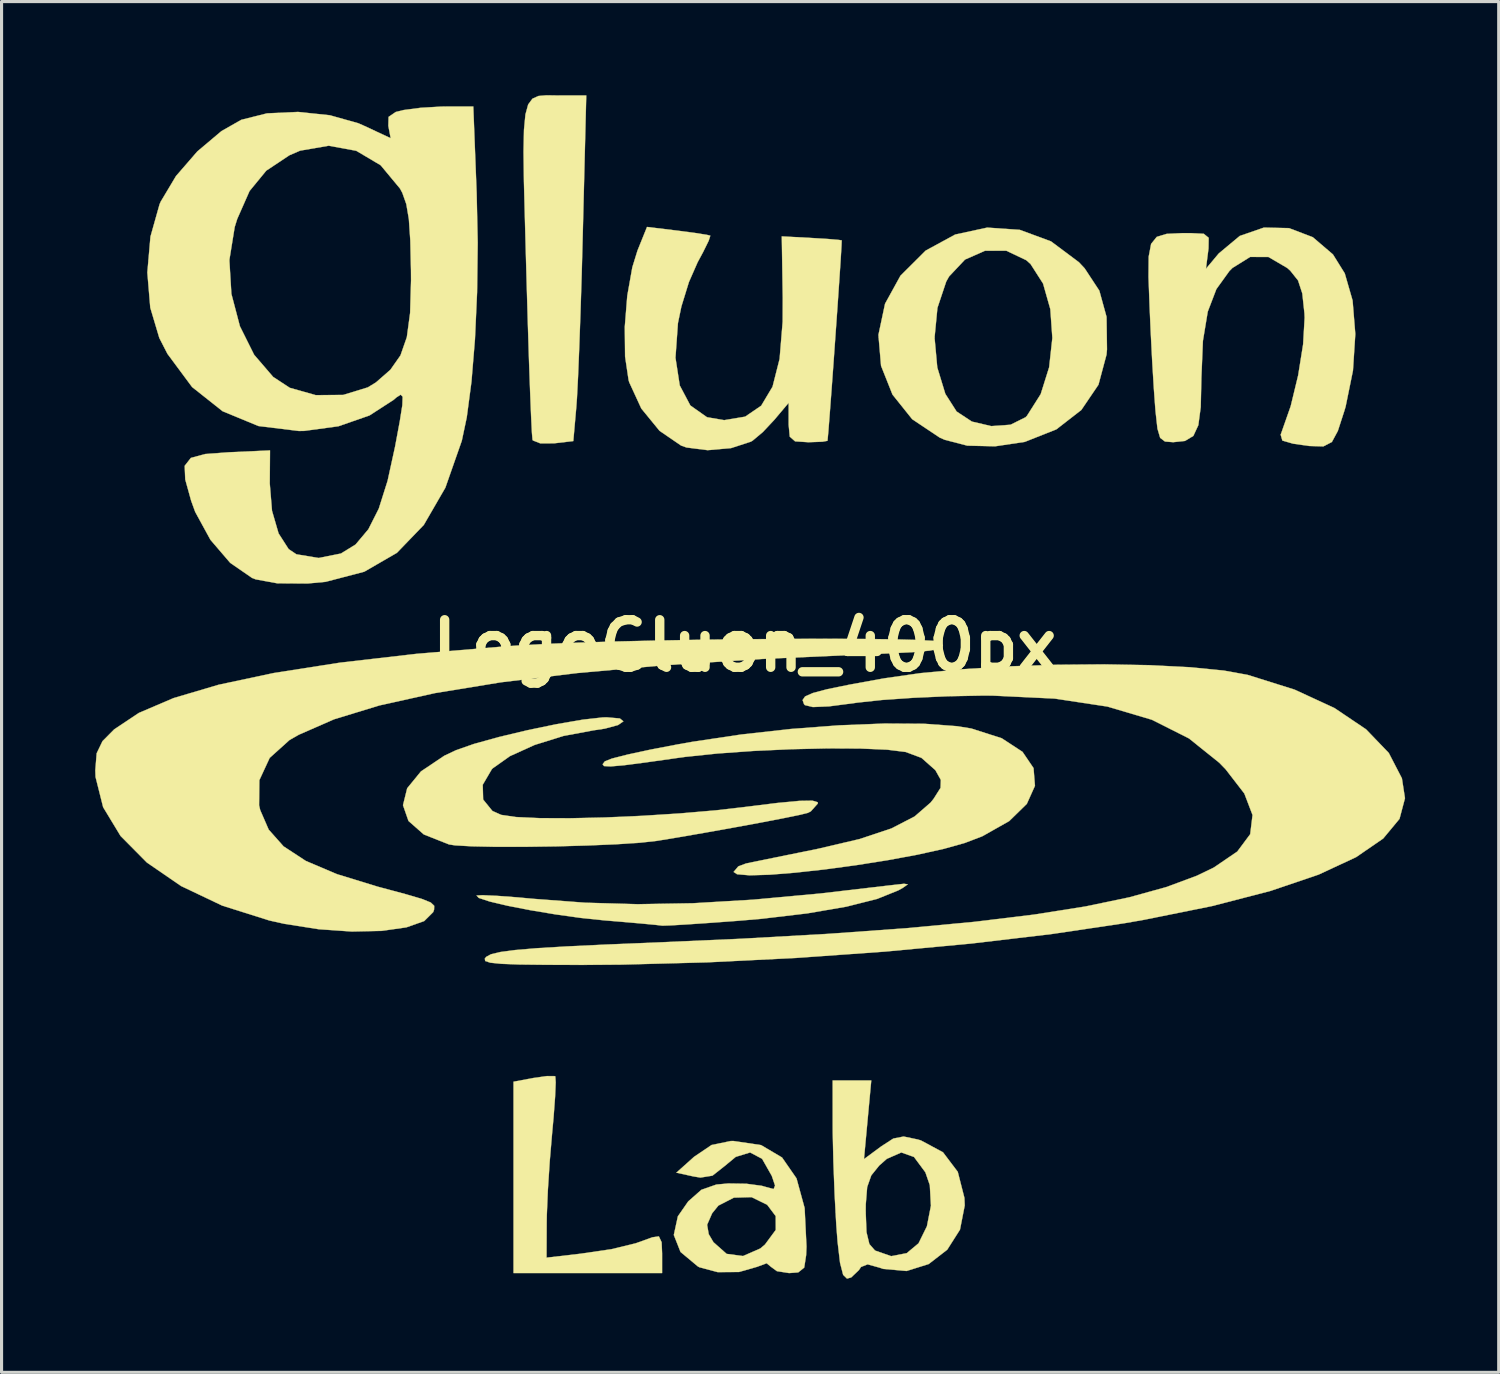
<source format=kicad_pcb>
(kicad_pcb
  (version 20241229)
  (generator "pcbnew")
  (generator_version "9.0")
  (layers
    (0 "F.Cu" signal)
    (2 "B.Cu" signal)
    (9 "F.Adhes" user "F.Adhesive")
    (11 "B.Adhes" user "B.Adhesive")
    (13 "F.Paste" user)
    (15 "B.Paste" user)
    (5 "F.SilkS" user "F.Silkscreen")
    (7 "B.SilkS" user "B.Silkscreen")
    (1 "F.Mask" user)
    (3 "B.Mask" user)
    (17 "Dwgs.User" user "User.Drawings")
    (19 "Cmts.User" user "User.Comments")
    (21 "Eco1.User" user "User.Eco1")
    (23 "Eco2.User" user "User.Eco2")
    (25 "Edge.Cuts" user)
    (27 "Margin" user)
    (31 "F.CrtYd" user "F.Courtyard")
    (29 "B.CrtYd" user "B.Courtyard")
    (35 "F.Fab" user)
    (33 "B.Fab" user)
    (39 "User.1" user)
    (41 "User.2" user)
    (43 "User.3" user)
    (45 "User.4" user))
  (footprint "LogoGluon_400px"
    (layer "F.Cu")
    (at 20.819 17.65)
    (property "Reference" "LogoGluon_400px" (at 0 0 0) (layer "F.SilkS") (effects (font (size 1.524 1.524) (thickness 0.3))))
    (attr through_hole)
    (fp_poly (pts (xy -6.086 13.795) (xy -6.069 13.804) (xy -6.056 13.997) (xy -6.076 14.463) (xy -6.125 15.123) (xy -6.171 15.624) (xy -6.248 16.533) (xy -6.308 17.459) (xy -6.341 18.25) (xy -6.345 18.494) (xy -6.35 19.614) (xy -5.262 19.488) (xy -4.271 19.343) (xy -3.489 19.153) (xy -2.955 18.961) (xy -2.749 18.932) (xy -2.661 19.12) (xy -2.646 19.472) (xy -2.646 20.108) (xy -7.408 20.108) (xy -7.408 13.974) (xy -6.773 13.855) (xy -6.34 13.794) (xy -6.086 13.795)) (stroke (width 0.01) (type solid)) (fill yes) (layer "F.SilkS"))
    (fp_poly (pts (xy -6.028 -17.64) (xy -5.876 -17.639) (xy -5.077 -17.639) (xy -5.189 -13.185) (xy -5.223 -11.898) (xy -5.262 -10.666) (xy -5.302 -9.553) (xy -5.34 -8.623) (xy -5.375 -7.939) (xy -5.396 -7.647) (xy -5.492 -6.562) (xy -6.116 -6.489) (xy -6.548 -6.488) (xy -6.787 -6.582) (xy -6.799 -6.604) (xy -6.818 -6.821) (xy -6.844 -7.346) (xy -6.876 -8.134) (xy -6.912 -9.14) (xy -6.949 -10.318) (xy -6.987 -11.625) (xy -7.001 -12.125) (xy -7.043 -13.667) (xy -7.075 -14.893) (xy -7.087 -15.838) (xy -7.073 -16.539) (xy -7.026 -17.031) (xy -6.938 -17.352) (xy -6.801 -17.537) (xy -6.609 -17.623) (xy -6.354 -17.645) (xy -6.028 -17.64)) (stroke (width 0.01) (type solid)) (fill yes) (layer "F.SilkS"))
    (fp_poly (pts (xy 5.229 7.648) (xy 5.07 7.76) (xy 4.927 7.84) (xy 4.248 8.114) (xy 3.26 8.363) (xy 2.008 8.578) (xy 0.537 8.752) (xy -0.222 8.817) (xy -1.092 8.881) (xy -1.828 8.931) (xy -2.364 8.963) (xy -2.63 8.972) (xy -2.646 8.971) (xy -2.848 8.947) (xy -3.323 8.902) (xy -3.99 8.844) (xy -4.498 8.802) (xy -5.256 8.723) (xy -6.071 8.609) (xy -6.874 8.475) (xy -7.596 8.334) (xy -8.168 8.199) (xy -8.521 8.083) (xy -8.594 8.006) (xy -8.402 7.995) (xy -7.938 8.016) (xy -7.278 8.065) (xy -6.778 8.111) (xy -5.115 8.236) (xy -3.429 8.284) (xy -1.655 8.253) (xy 0.27 8.139) (xy 2.412 7.942) (xy 4.674 7.678) (xy 5.109 7.629) (xy 5.229 7.648)) (stroke (width 0.01) (type solid)) (fill yes) (layer "F.SilkS"))
    (fp_poly (pts (xy 8.82 -13.332) (xy 9.82 -12.963) (xy 10.715 -12.295) (xy 10.9 -12.097) (xy 11.37 -11.382) (xy 11.601 -10.543) (xy 11.615 -9.499) (xy 11.6 -9.332) (xy 11.342 -8.368) (xy 10.793 -7.559) (xy 9.992 -6.937) (xy 8.98 -6.536) (xy 8.029 -6.394) (xy 7.138 -6.415) (xy 6.416 -6.602) (xy 6.255 -6.672) (xy 5.372 -7.262) (xy 4.74 -8.051) (xy 4.373 -8.974) (xy 4.296 -9.877) (xy 6.088 -9.877) (xy 6.175 -8.921) (xy 6.433 -8.075) (xy 6.794 -7.51) (xy 7.285 -7.186) (xy 7.905 -7.041) (xy 8.523 -7.085) (xy 9.004 -7.324) (xy 9.05 -7.371) (xy 9.49 -8.065) (xy 9.761 -8.927) (xy 9.864 -9.865) (xy 9.799 -10.79) (xy 9.566 -11.611) (xy 9.166 -12.236) (xy 9.029 -12.359) (xy 8.388 -12.663) (xy 7.704 -12.662) (xy 7.064 -12.38) (xy 6.554 -11.839) (xy 6.462 -11.675) (xy 6.18 -10.831) (xy 6.088 -9.877) (xy 4.296 -9.877) (xy 4.289 -9.966) (xy 4.501 -10.964) (xy 4.996 -11.863) (xy 5.803 -12.667) (xy 6.75 -13.182) (xy 7.776 -13.404) (xy 8.82 -13.332)) (stroke (width 0.01) (type solid)) (fill yes) (layer "F.SilkS"))
    (fp_poly (pts (xy 3.825 16.456) (xy 4.377 16.048) (xy 4.766 15.796) (xy 5.096 15.731) (xy 5.545 15.825) (xy 5.648 15.855) (xy 6.358 16.236) (xy 6.832 16.863) (xy 7.045 17.698) (xy 7.055 17.941) (xy 6.903 18.716) (xy 6.494 19.359) (xy 5.899 19.819) (xy 5.191 20.041) (xy 4.442 19.974) (xy 4.331 19.936) (xy 3.942 19.828) (xy 3.731 19.912) (xy 3.663 20.012) (xy 3.416 20.248) (xy 3.281 20.285) (xy 3.158 20.165) (xy 3.059 19.782) (xy 2.979 19.101) (xy 2.938 18.565) (xy 2.915 18.151) (xy 3.881 18.151) (xy 3.906 18.797) (xy 3.998 19.178) (xy 4.176 19.381) (xy 4.189 19.389) (xy 4.697 19.566) (xy 5.196 19.47) (xy 5.575 19.154) (xy 5.843 18.609) (xy 5.972 17.95) (xy 5.936 17.289) (xy 5.794 16.878) (xy 5.429 16.386) (xy 5.022 16.242) (xy 4.558 16.446) (xy 4.314 16.661) (xy 4.06 16.976) (xy 3.928 17.349) (xy 3.883 17.906) (xy 3.881 18.151) (xy 2.915 18.151) (xy 2.885 17.595) (xy 2.845 16.545) (xy 2.824 15.604) (xy 2.823 15.39) (xy 2.822 13.935) (xy 4.059 13.935) (xy 3.825 16.456)) (stroke (width 0.01) (type solid)) (fill yes) (layer "F.SilkS"))
    (fp_poly (pts (xy -3.999 2.33) (xy -3.886 2.422) (xy -4.057 2.541) (xy -4.482 2.656) (xy -4.847 2.711) (xy -5.806 2.89) (xy -6.733 3.179) (xy -7.524 3.538) (xy -8.075 3.928) (xy -8.106 3.961) (xy -8.395 4.455) (xy -8.382 4.929) (xy -8.085 5.295) (xy -7.803 5.421) (xy -7.33 5.49) (xy -6.574 5.525) (xy -5.602 5.529) (xy -4.484 5.504) (xy -3.285 5.451) (xy -2.076 5.374) (xy -0.922 5.275) (xy 0.022 5.166) (xy 1.045 5.039) (xy 1.751 4.972) (xy 2.173 4.965) (xy 2.343 5.016) (xy 2.346 5.056) (xy 2.122 5.307) (xy 2.027 5.356) (xy 1.773 5.419) (xy 1.246 5.527) (xy 0.519 5.667) (xy -0.334 5.824) (xy -1.238 5.986) (xy -2.12 6.139) (xy -2.822 6.255) (xy -3.354 6.313) (xy -4.117 6.363) (xy -5.036 6.402) (xy -6.034 6.43) (xy -7.034 6.444) (xy -7.96 6.445) (xy -8.735 6.429) (xy -9.283 6.398) (xy -9.476 6.368) (xy -10.284 6.048) (xy -10.775 5.616) (xy -10.951 5.11) (xy -10.817 4.568) (xy -10.375 4.027) (xy -9.627 3.525) (xy -9.25 3.347) (xy -8.675 3.146) (xy -7.874 2.924) (xy -6.954 2.705) (xy -6.023 2.512) (xy -5.186 2.368) (xy -4.55 2.297) (xy -4.426 2.293) (xy -3.999 2.33)) (stroke (width 0.01) (type solid)) (fill yes) (layer "F.SilkS"))
    (fp_poly (pts (xy 0.527 16.006) (xy 1.199 16.403) (xy 1.663 17.073) (xy 1.923 18.023) (xy 1.983 19.258) (xy 1.971 19.535) (xy 1.91 19.932) (xy 1.719 20.086) (xy 1.426 20.108) (xy 1.036 20.047) (xy 0.844 19.907) (xy 0.706 19.793) (xy 0.4 19.907) (xy -0.18 20.073) (xy -0.863 20.078) (xy -1.451 19.921) (xy -1.499 19.895) (xy -2.055 19.431) (xy -2.27 18.887) (xy -2.199 18.56) (xy -1.203 18.56) (xy -1.151 18.861) (xy -1 19.118) (xy -0.577 19.493) (xy -0.051 19.562) (xy 0.5 19.321) (xy 0.65 19.196) (xy 0.998 18.724) (xy 0.996 18.282) (xy 0.722 17.918) (xy 0.222 17.674) (xy -0.345 17.69) (xy -0.842 17.945) (xy -1.042 18.192) (xy -1.203 18.56) (xy -2.199 18.56) (xy -2.14 18.289) (xy -1.808 17.811) (xy -1.387 17.439) (xy -0.907 17.271) (xy -0.529 17.236) (xy 0.055 17.245) (xy 0.551 17.311) (xy 0.662 17.343) (xy 0.929 17.416) (xy 0.975 17.302) (xy 0.871 16.993) (xy 0.56 16.445) (xy 0.175 16.242) (xy -0.285 16.383) (xy -0.643 16.679) (xy -1.031 16.985) (xy -1.417 17.047) (xy -1.641 17.01) (xy -2.188 16.89) (xy -1.621 16.382) (xy -1.059 16.002) (xy -0.445 15.876) (xy -0.358 15.875) (xy 0.527 16.006)) (stroke (width 0.01) (type solid)) (fill yes) (layer "F.SilkS"))
    (fp_poly (pts (xy 5.766 2.501) (xy 6.811 2.578) (xy 7.265 2.652) (xy 8.242 2.965) (xy 8.907 3.4) (xy 9.261 3.921) (xy 9.306 4.489) (xy 9.046 5.067) (xy 8.481 5.619) (xy 7.615 6.108) (xy 7.056 6.321) (xy 6.385 6.509) (xy 5.542 6.696) (xy 4.586 6.873) (xy 3.574 7.033) (xy 2.567 7.169) (xy 1.623 7.273) (xy 0.801 7.339) (xy 0.159 7.358) (xy -0.243 7.323) (xy -0.353 7.25) (xy -0.203 7.072) (xy 0.044 6.979) (xy 0.375 6.911) (xy 0.962 6.791) (xy 1.715 6.638) (xy 2.353 6.508) (xy 3.684 6.196) (xy 4.702 5.857) (xy 5.448 5.472) (xy 5.963 5.025) (xy 6.058 4.905) (xy 6.28 4.555) (xy 6.289 4.299) (xy 6.114 3.987) (xy 5.669 3.593) (xy 5.161 3.404) (xy 4.57 3.331) (xy 3.708 3.294) (xy 2.654 3.289) (xy 1.487 3.316) (xy 0.288 3.371) (xy -0.864 3.453) (xy -1.891 3.56) (xy -2.191 3.601) (xy -3.181 3.741) (xy -3.867 3.83) (xy -4.294 3.867) (xy -4.507 3.856) (xy -4.552 3.798) (xy -4.481 3.705) (xy -4.253 3.615) (xy -3.742 3.485) (xy -3.014 3.328) (xy -2.133 3.159) (xy -1.668 3.077) (xy -0.115 2.845) (xy 1.473 2.668) (xy 3.028 2.55) (xy 4.482 2.493) (xy 5.766 2.501)) (stroke (width 0.01) (type solid)) (fill yes) (layer "F.SilkS"))
    (fp_poly (pts (xy -2.138 -13.305) (xy -1.591 -13.233) (xy -1.212 -13.173) (xy -1.1 -13.146) (xy -1.152 -12.984) (xy -1.335 -12.612) (xy -1.507 -12.294) (xy -1.786 -11.659) (xy -2.027 -10.877) (xy -2.138 -10.344) (xy -2.217 -9.233) (xy -2.08 -8.345) (xy -1.74 -7.702) (xy -1.206 -7.326) (xy -0.655 -7.232) (xy 0.017 -7.344) (xy 0.531 -7.695) (xy 0.895 -8.305) (xy 1.121 -9.195) (xy 1.219 -10.388) (xy 1.222 -11.15) (xy 1.191 -13.123) (xy 2.139 -13.072) (xy 2.669 -13.04) (xy 3.024 -13.009) (xy 3.112 -12.994) (xy 3.105 -12.822) (xy 3.078 -12.366) (xy 3.033 -11.694) (xy 2.977 -10.873) (xy 2.913 -9.97) (xy 2.848 -9.053) (xy 2.785 -8.19) (xy 2.729 -7.449) (xy 2.686 -6.896) (xy 2.659 -6.599) (xy 2.655 -6.57) (xy 2.493 -6.541) (xy 2.107 -6.527) (xy 2.028 -6.526) (xy 1.618 -6.553) (xy 1.447 -6.703) (xy 1.411 -7.084) (xy 1.411 -7.157) (xy 1.411 -7.788) (xy 0.951 -7.242) (xy 0.583 -6.85) (xy 0.255 -6.575) (xy 0.201 -6.543) (xy -0.436 -6.336) (xy -1.185 -6.27) (xy -1.863 -6.356) (xy -2.037 -6.418) (xy -2.728 -6.891) (xy -3.312 -7.605) (xy -3.7 -8.448) (xy -3.72 -8.519) (xy -3.832 -9.271) (xy -3.842 -10.217) (xy -3.762 -11.218) (xy -3.6 -12.132) (xy -3.435 -12.666) (xy -3.129 -13.425) (xy -2.138 -13.305)) (stroke (width 0.01) (type solid)) (fill yes) (layer "F.SilkS"))
    (fp_poly (pts (xy 17.451 -13.387) (xy 18.212 -13.097) (xy 18.858 -12.545) (xy 19.237 -11.937) (xy 19.488 -11.067) (xy 19.575 -9.993) (xy 19.5 -8.823) (xy 19.264 -7.664) (xy 19.219 -7.515) (xy 19.015 -6.886) (xy 18.824 -6.532) (xy 18.551 -6.391) (xy 18.1 -6.404) (xy 17.581 -6.478) (xy 17.237 -6.578) (xy 17.182 -6.767) (xy 17.212 -6.848) (xy 17.504 -7.68) (xy 17.743 -8.668) (xy 17.902 -9.662) (xy 17.951 -10.514) (xy 17.945 -10.654) (xy 17.876 -11.295) (xy 17.74 -11.71) (xy 17.49 -12.024) (xy 17.395 -12.109) (xy 16.79 -12.463) (xy 16.204 -12.464) (xy 15.638 -12.112) (xy 15.538 -12.011) (xy 15.122 -11.434) (xy 14.845 -10.71) (xy 14.69 -9.774) (xy 14.64 -8.564) (xy 14.64 -8.526) (xy 14.62 -7.651) (xy 14.543 -7.071) (xy 14.384 -6.728) (xy 14.115 -6.566) (xy 13.737 -6.526) (xy 13.474 -6.547) (xy 13.32 -6.665) (xy 13.233 -6.959) (xy 13.172 -7.511) (xy 13.162 -7.629) (xy 13.116 -8.262) (xy 13.064 -9.124) (xy 13.015 -10.093) (xy 12.981 -10.874) (xy 12.946 -11.822) (xy 12.952 -12.472) (xy 13.03 -12.882) (xy 13.211 -13.107) (xy 13.526 -13.203) (xy 14.008 -13.226) (xy 14.301 -13.227) (xy 14.717 -13.206) (xy 14.875 -13.077) (xy 14.869 -12.741) (xy 14.859 -12.656) (xy 14.786 -12.083) (xy 15.198 -12.575) (xy 15.872 -13.137) (xy 16.647 -13.405) (xy 17.451 -13.387)) (stroke (width 0.01) (type solid)) (fill yes) (layer "F.SilkS"))
    (fp_poly (pts (xy 3.757 -0.219) (xy 4.756 -0.207) (xy 5.542 -0.186) (xy 6.069 -0.157) (xy 6.29 -0.118) (xy 6.292 -0.117) (xy 6.356 0.000477) (xy 6.253 0.089) (xy 5.94 0.155) (xy 5.376 0.206) (xy 4.519 0.249) (xy 4.036 0.268) (xy 0.559 0.423) (xy -2.572 0.624) (xy -5.361 0.874) (xy -7.811 1.171) (xy -9.926 1.517) (xy -11.709 1.913) (xy -13.165 2.358) (xy -14.297 2.854) (xy -14.59 3.022) (xy -15.224 3.593) (xy -15.556 4.309) (xy -15.564 5.115) (xy -15.529 5.266) (xy -15.256 5.894) (xy -14.78 6.43) (xy -14.064 6.898) (xy -13.071 7.32) (xy -11.765 7.721) (xy -11.642 7.754) (xy -10.849 7.967) (xy -10.341 8.117) (xy -10.061 8.23) (xy -9.951 8.335) (xy -9.955 8.458) (xy -9.983 8.537) (xy -10.271 8.824) (xy -10.842 9.026) (xy -11.636 9.139) (xy -12.592 9.16) (xy -13.651 9.086) (xy -14.752 8.913) (xy -15.235 8.806) (xy -16.746 8.329) (xy -18.065 7.701) (xy -19.161 6.948) (xy -20.004 6.097) (xy -20.563 5.174) (xy -20.806 4.206) (xy -20.814 3.994) (xy -20.77 3.446) (xy -20.583 3.057) (xy -20.211 2.682) (xy -19.42 2.154) (xy -18.305 1.677) (xy -16.862 1.25) (xy -15.086 0.872) (xy -12.974 0.542) (xy -10.521 0.259) (xy -7.723 0.023) (xy -7.232 -0.011) (xy -6.386 -0.058) (xy -5.339 -0.1) (xy -4.137 -0.137) (xy -2.826 -0.167) (xy -1.451 -0.192) (xy -0.06 -0.209) (xy 1.303 -0.22) (xy 2.59 -0.224) (xy 3.757 -0.219)) (stroke (width 0.01) (type solid)) (fill yes) (layer "F.SilkS"))
    (fp_poly (pts (xy 12.978 0.622) (xy 14.278 0.688) (xy 15.361 0.795) (xy 16.123 0.933) (xy 17.631 1.407) (xy 18.905 1.995) (xy 19.919 2.678) (xy 20.648 3.436) (xy 21.069 4.249) (xy 21.167 4.887) (xy 20.992 5.548) (xy 20.469 6.178) (xy 19.603 6.774) (xy 18.398 7.335) (xy 16.857 7.858) (xy 14.985 8.343) (xy 12.786 8.787) (xy 12.171 8.894) (xy 9.845 9.24) (xy 7.256 9.546) (xy 4.493 9.804) (xy 1.645 10.007) (xy -1.201 10.148) (xy -3.955 10.221) (xy -5.197 10.23) (xy -6.363 10.227) (xy -7.216 10.217) (xy -7.799 10.195) (xy -8.152 10.159) (xy -8.315 10.105) (xy -8.329 10.029) (xy -8.284 9.972) (xy -8.132 9.889) (xy -7.834 9.817) (xy -7.353 9.753) (xy -6.654 9.694) (xy -5.701 9.637) (xy -4.459 9.578) (xy -3.263 9.529) (xy -0.126 9.392) (xy 2.678 9.234) (xy 5.166 9.055) (xy 7.357 8.85) (xy 9.269 8.618) (xy 10.921 8.357) (xy 12.33 8.063) (xy 13.516 7.735) (xy 14.497 7.371) (xy 15.039 7.109) (xy 15.792 6.596) (xy 16.206 6.04) (xy 16.281 5.425) (xy 16.018 4.736) (xy 15.418 3.959) (xy 15.215 3.75) (xy 14.243 2.97) (xy 13.056 2.372) (xy 11.629 1.949) (xy 9.938 1.693) (xy 7.957 1.598) (xy 7.601 1.597) (xy 6.522 1.618) (xy 5.418 1.667) (xy 4.409 1.737) (xy 3.616 1.822) (xy 3.528 1.835) (xy 2.707 1.942) (xy 2.188 1.964) (xy 1.932 1.902) (xy 1.904 1.872) (xy 1.858 1.74) (xy 1.938 1.625) (xy 2.188 1.514) (xy 2.652 1.391) (xy 3.373 1.244) (xy 4.395 1.058) (xy 4.498 1.04) (xy 5.647 0.876) (xy 6.994 0.75) (xy 8.469 0.66) (xy 10.004 0.609) (xy 11.53 0.596) (xy 12.978 0.622)) (stroke (width 0.01) (type solid)) (fill yes) (layer "F.SilkS"))
    (fp_poly (pts (xy -8.59 -14.508) (xy -8.556 -12.922) (xy -8.576 -11.338) (xy -8.644 -9.83) (xy -8.756 -8.468) (xy -8.907 -7.324) (xy -9.066 -6.572) (xy -9.593 -5.068) (xy -10.284 -3.874) (xy -11.147 -2.979) (xy -12.193 -2.374) (xy -13.432 -2.05) (xy -14.011 -1.996) (xy -14.979 -2.002) (xy -15.673 -2.129) (xy -15.79 -2.175) (xy -16.49 -2.658) (xy -17.123 -3.396) (xy -17.612 -4.291) (xy -17.742 -4.649) (xy -17.931 -5.33) (xy -17.949 -5.768) (xy -17.751 -6.021) (xy -17.29 -6.147) (xy -16.525 -6.203) (xy -15.214 -6.262) (xy -15.222 -5.203) (xy -15.15 -4.327) (xy -14.939 -3.601) (xy -14.617 -3.099) (xy -14.368 -2.932) (xy -13.652 -2.814) (xy -12.94 -2.957) (xy -12.471 -3.246) (xy -12.061 -3.734) (xy -11.728 -4.393) (xy -11.445 -5.287) (xy -11.206 -6.379) (xy -11.054 -7.195) (xy -10.972 -7.713) (xy -10.962 -7.982) (xy -11.024 -8.049) (xy -11.159 -7.964) (xy -11.248 -7.886) (xy -12.025 -7.383) (xy -13.019 -7.037) (xy -14.116 -6.888) (xy -14.287 -6.885) (xy -15.585 -7.044) (xy -16.733 -7.518) (xy -17.712 -8.294) (xy -18.501 -9.358) (xy -18.763 -9.869) (xy -19.052 -10.838) (xy -19.146 -11.966) (xy -19.111 -12.365) (xy -16.517 -12.365) (xy -16.452 -11.28) (xy -16.179 -10.242) (xy -15.724 -9.329) (xy -15.113 -8.618) (xy -14.579 -8.268) (xy -13.745 -8.033) (xy -12.867 -8.041) (xy -12.078 -8.283) (xy -11.818 -8.442) (xy -11.355 -8.847) (xy -11.032 -9.307) (xy -10.828 -9.891) (xy -10.723 -10.668) (xy -10.693 -11.708) (xy -10.695 -12.031) (xy -10.717 -12.991) (xy -10.763 -13.675) (xy -10.845 -14.158) (xy -10.972 -14.517) (xy -11.048 -14.658) (xy -11.667 -15.403) (xy -12.45 -15.867) (xy -13.333 -16.029) (xy -14.249 -15.871) (xy -14.593 -15.723) (xy -15.334 -15.23) (xy -15.87 -14.577) (xy -16.265 -13.682) (xy -16.346 -13.422) (xy -16.517 -12.365) (xy -19.111 -12.365) (xy -19.046 -13.115) (xy -18.754 -14.152) (xy -18.716 -14.239) (xy -18.228 -15.056) (xy -17.544 -15.845) (xy -16.771 -16.497) (xy -16.135 -16.859) (xy -15.311 -17.066) (xy -14.317 -17.112) (xy -13.295 -17.005) (xy -12.386 -16.75) (xy -12.243 -16.688) (xy -11.346 -16.27) (xy -11.421 -16.665) (xy -11.413 -16.953) (xy -11.184 -17.11) (xy -10.93 -17.173) (xy -10.39 -17.244) (xy -9.732 -17.283) (xy -9.531 -17.286) (xy -8.698 -17.286) (xy -8.59 -14.508)) (stroke (width 0.01) (type solid)) (fill yes) (layer "F.SilkS")))
  (gr_rect
    (start -3 -3)
    (end 44.991 40.94)
    (stroke (width 0.1) (type default))
    (fill no)
    (layer "Edge.Cuts")))
</source>
